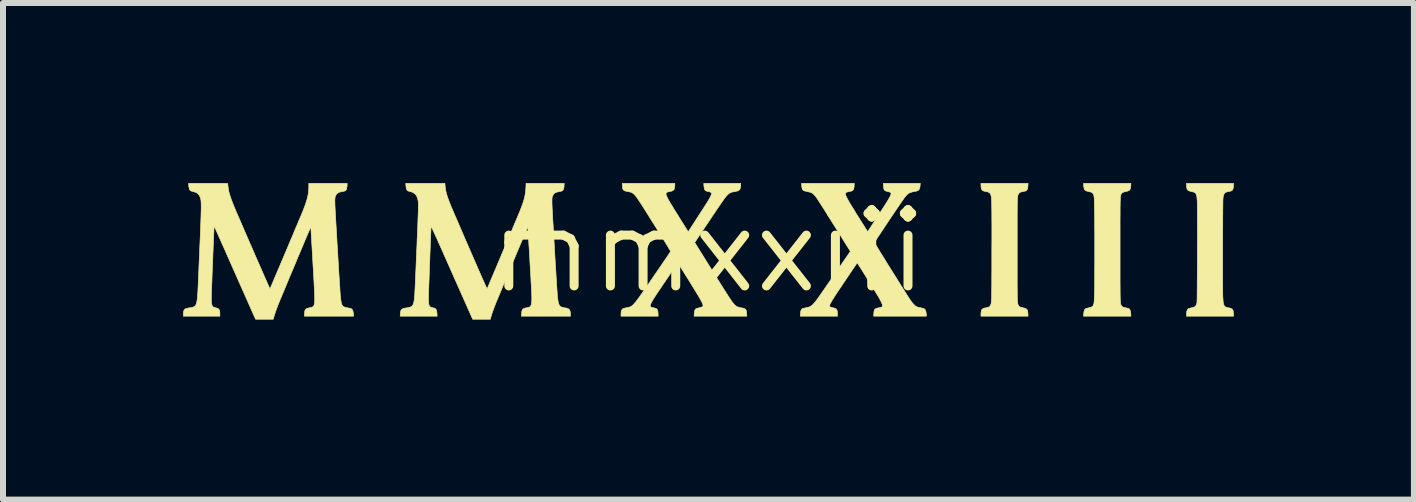
<source format=kicad_pcb>
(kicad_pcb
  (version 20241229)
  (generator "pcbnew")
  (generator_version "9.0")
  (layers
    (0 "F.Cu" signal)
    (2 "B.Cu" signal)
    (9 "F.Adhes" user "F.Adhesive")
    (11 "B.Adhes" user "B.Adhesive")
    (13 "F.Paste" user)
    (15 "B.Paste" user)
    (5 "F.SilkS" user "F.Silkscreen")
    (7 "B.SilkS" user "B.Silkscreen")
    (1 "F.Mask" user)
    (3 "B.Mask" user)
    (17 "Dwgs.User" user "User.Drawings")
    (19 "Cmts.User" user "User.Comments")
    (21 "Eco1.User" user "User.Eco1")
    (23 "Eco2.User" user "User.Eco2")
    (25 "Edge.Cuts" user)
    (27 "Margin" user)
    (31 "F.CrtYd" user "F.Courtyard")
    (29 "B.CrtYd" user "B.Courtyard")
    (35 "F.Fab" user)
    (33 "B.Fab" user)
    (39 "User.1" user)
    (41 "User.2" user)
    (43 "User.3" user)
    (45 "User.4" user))
  (footprint "mmxxiii"
    (layer "F.Cu")
    (at 8.755 1.135)
    (property "Reference" "mmxxiii" (at 0 0 0) (layer "F.SilkS") (effects (font (size 1.27 1.27) (thickness 0.15))))
    (attr through_hole)
    (fp_poly (pts (xy 8.75 -1.087) (xy 8.747 -1.058) (xy 8.742 -1.036) (xy 8.734 -1.02) (xy 8.721 -1.008) (xy 8.703 -1) (xy 8.678 -0.995) (xy 8.677 -0.995) (xy 8.648 -0.989) (xy 8.625 -0.982) (xy 8.609 -0.972) (xy 8.597 -0.959) (xy 8.588 -0.941) (xy 8.581 -0.917) (xy 8.576 -0.887) (xy 8.576 -0.878) (xy 8.575 -0.862) (xy 8.574 -0.838) (xy 8.574 -0.807) (xy 8.573 -0.77) (xy 8.573 -0.727) (xy 8.572 -0.678) (xy 8.572 -0.625) (xy 8.571 -0.567) (xy 8.571 -0.506) (xy 8.571 -0.441) (xy 8.57 -0.374) (xy 8.57 -0.304) (xy 8.57 -0.233) (xy 8.569 -0.16) (xy 8.569 -0.087) (xy 8.569 -0.013) (xy 8.569 0.06) (xy 8.569 0.132) (xy 8.569 0.203) (xy 8.569 0.272) (xy 8.569 0.338) (xy 8.569 0.402) (xy 8.569 0.462) (xy 8.569 0.518) (xy 8.57 0.57) (xy 8.57 0.617) (xy 8.57 0.658) (xy 8.571 0.693) (xy 8.571 0.721) (xy 8.572 0.743) (xy 8.572 0.751) (xy 8.575 0.795) (xy 8.577 0.832) (xy 8.581 0.861) (xy 8.586 0.885) (xy 8.593 0.903) (xy 8.602 0.917) (xy 8.613 0.927) (xy 8.628 0.934) (xy 8.645 0.94) (xy 8.667 0.944) (xy 8.668 0.944) (xy 8.696 0.95) (xy 8.716 0.958) (xy 8.731 0.968) (xy 8.741 0.984) (xy 8.746 1.004) (xy 8.749 1.032) (xy 8.75 1.04) (xy 8.751 1.084) (xy 7.966 1.084) (xy 7.968 1.042) (xy 7.971 1.012) (xy 7.976 0.99) (xy 7.984 0.973) (xy 7.996 0.961) (xy 7.997 0.96) (xy 8.005 0.956) (xy 8.02 0.952) (xy 8.038 0.947) (xy 8.049 0.945) (xy 8.068 0.94) (xy 8.086 0.935) (xy 8.099 0.93) (xy 8.104 0.928) (xy 8.117 0.916) (xy 8.129 0.897) (xy 8.138 0.872) (xy 8.141 0.857) (xy 8.142 0.85) (xy 8.142 0.835) (xy 8.143 0.812) (xy 8.144 0.782) (xy 8.144 0.746) (xy 8.145 0.704) (xy 8.145 0.657) (xy 8.146 0.604) (xy 8.146 0.547) (xy 8.146 0.487) (xy 8.147 0.422) (xy 8.147 0.355) (xy 8.147 0.285) (xy 8.148 0.214) (xy 8.148 0.141) (xy 8.148 0.067) (xy 8.148 -0.008) (xy 8.148 -0.082) (xy 8.149 -0.156) (xy 8.149 -0.228) (xy 8.149 -0.299) (xy 8.149 -0.368) (xy 8.149 -0.435) (xy 8.148 -0.498) (xy 8.148 -0.558) (xy 8.148 -0.613) (xy 8.148 -0.664) (xy 8.148 -0.71) (xy 8.147 -0.751) (xy 8.147 -0.785) (xy 8.146 -0.813) (xy 8.146 -0.833) (xy 8.145 -0.846) (xy 8.145 -0.847) (xy 8.142 -0.884) (xy 8.138 -0.913) (xy 8.132 -0.936) (xy 8.125 -0.954) (xy 8.116 -0.967) (xy 8.104 -0.977) (xy 8.098 -0.98) (xy 8.089 -0.983) (xy 8.075 -0.987) (xy 8.057 -0.991) (xy 8.052 -0.992) (xy 8.024 -0.999) (xy 8.003 -1.007) (xy 7.988 -1.017) (xy 7.978 -1.032) (xy 7.972 -1.052) (xy 7.969 -1.078) (xy 7.968 -1.089) (xy 7.966 -1.13) (xy 8.751 -1.13) (xy 8.75 -1.087)) (stroke (width 0.01) (type solid)) (fill yes) (layer "F.SilkS"))
    (fp_poly (pts (xy 7.039 -1.09) (xy 7.036 -1.062) (xy 7.031 -1.04) (xy 7.024 -1.024) (xy 7.012 -1.012) (xy 6.995 -1.004) (xy 6.971 -0.996) (xy 6.956 -0.993) (xy 6.931 -0.987) (xy 6.913 -0.981) (xy 6.9 -0.975) (xy 6.891 -0.968) (xy 6.884 -0.959) (xy 6.88 -0.951) (xy 6.877 -0.946) (xy 6.875 -0.942) (xy 6.873 -0.937) (xy 6.872 -0.932) (xy 6.87 -0.926) (xy 6.869 -0.919) (xy 6.867 -0.91) (xy 6.866 -0.899) (xy 6.865 -0.886) (xy 6.864 -0.87) (xy 6.864 -0.851) (xy 6.863 -0.829) (xy 6.862 -0.803) (xy 6.862 -0.773) (xy 6.861 -0.739) (xy 6.861 -0.7) (xy 6.861 -0.656) (xy 6.861 -0.606) (xy 6.86 -0.55) (xy 6.86 -0.489) (xy 6.86 -0.42) (xy 6.86 -0.345) (xy 6.86 -0.263) (xy 6.86 -0.173) (xy 6.86 -0.075) (xy 6.86 0.077) (xy 6.86 0.171) (xy 6.86 0.257) (xy 6.86 0.336) (xy 6.86 0.408) (xy 6.86 0.473) (xy 6.86 0.532) (xy 6.861 0.585) (xy 6.861 0.632) (xy 6.861 0.674) (xy 6.862 0.711) (xy 6.862 0.743) (xy 6.863 0.771) (xy 6.863 0.795) (xy 6.864 0.816) (xy 6.865 0.833) (xy 6.866 0.847) (xy 6.867 0.859) (xy 6.868 0.869) (xy 6.87 0.877) (xy 6.871 0.883) (xy 6.873 0.888) (xy 6.875 0.893) (xy 6.877 0.897) (xy 6.879 0.901) (xy 6.88 0.903) (xy 6.889 0.916) (xy 6.898 0.925) (xy 6.91 0.932) (xy 6.928 0.938) (xy 6.951 0.944) (xy 6.955 0.944) (xy 6.975 0.949) (xy 6.993 0.954) (xy 7.006 0.959) (xy 7.011 0.961) (xy 7.023 0.974) (xy 7.031 0.995) (xy 7.037 1.023) (xy 7.039 1.045) (xy 7.041 1.084) (xy 6.251 1.084) (xy 6.254 1.043) (xy 6.258 1.012) (xy 6.264 0.988) (xy 6.273 0.97) (xy 6.285 0.96) (xy 6.286 0.959) (xy 6.296 0.955) (xy 6.311 0.951) (xy 6.33 0.946) (xy 6.34 0.944) (xy 6.368 0.937) (xy 6.388 0.929) (xy 6.403 0.919) (xy 6.413 0.905) (xy 6.42 0.886) (xy 6.424 0.87) (xy 6.426 0.858) (xy 6.428 0.839) (xy 6.43 0.814) (xy 6.431 0.781) (xy 6.432 0.741) (xy 6.434 0.694) (xy 6.435 0.64) (xy 6.436 0.578) (xy 6.436 0.509) (xy 6.437 0.432) (xy 6.437 0.346) (xy 6.438 0.253) (xy 6.438 0.152) (xy 6.438 0.042) (xy 6.438 -0.025) (xy 6.438 -0.133) (xy 6.438 -0.234) (xy 6.438 -0.329) (xy 6.437 -0.417) (xy 6.437 -0.499) (xy 6.436 -0.574) (xy 6.435 -0.642) (xy 6.434 -0.704) (xy 6.433 -0.757) (xy 6.432 -0.804) (xy 6.431 -0.842) (xy 6.43 -0.873) (xy 6.428 -0.896) (xy 6.427 -0.91) (xy 6.426 -0.913) (xy 6.42 -0.938) (xy 6.411 -0.957) (xy 6.398 -0.971) (xy 6.38 -0.982) (xy 6.355 -0.989) (xy 6.336 -0.993) (xy 6.309 -1) (xy 6.289 -1.007) (xy 6.275 -1.017) (xy 6.268 -1.025) (xy 6.263 -1.036) (xy 6.259 -1.053) (xy 6.256 -1.073) (xy 6.253 -1.094) (xy 6.253 -1.11) (xy 6.253 -1.13) (xy 7.041 -1.13) (xy 7.039 -1.09)) (stroke (width 0.01) (type solid)) (fill yes) (layer "F.SilkS"))
    (fp_poly (pts (xy 5.325 -1.089) (xy 5.322 -1.06) (xy 5.317 -1.037) (xy 5.309 -1.021) (xy 5.298 -1.01) (xy 5.295 -1.007) (xy 5.285 -1.003) (xy 5.27 -0.999) (xy 5.251 -0.994) (xy 5.243 -0.993) (xy 5.216 -0.987) (xy 5.196 -0.98) (xy 5.182 -0.971) (xy 5.171 -0.958) (xy 5.166 -0.948) (xy 5.163 -0.944) (xy 5.161 -0.939) (xy 5.159 -0.934) (xy 5.158 -0.929) (xy 5.156 -0.922) (xy 5.154 -0.915) (xy 5.153 -0.905) (xy 5.152 -0.894) (xy 5.151 -0.88) (xy 5.15 -0.864) (xy 5.149 -0.844) (xy 5.148 -0.821) (xy 5.148 -0.795) (xy 5.147 -0.764) (xy 5.147 -0.728) (xy 5.147 -0.688) (xy 5.146 -0.643) (xy 5.146 -0.592) (xy 5.146 -0.535) (xy 5.146 -0.472) (xy 5.146 -0.402) (xy 5.146 -0.325) (xy 5.146 -0.241) (xy 5.146 -0.15) (xy 5.146 -0.05) (xy 5.146 -0.025) (xy 5.146 0.077) (xy 5.146 0.17) (xy 5.146 0.257) (xy 5.146 0.335) (xy 5.146 0.407) (xy 5.146 0.472) (xy 5.146 0.53) (xy 5.146 0.583) (xy 5.147 0.63) (xy 5.147 0.672) (xy 5.147 0.708) (xy 5.148 0.74) (xy 5.148 0.768) (xy 5.149 0.792) (xy 5.15 0.813) (xy 5.151 0.83) (xy 5.152 0.845) (xy 5.153 0.857) (xy 5.154 0.867) (xy 5.156 0.875) (xy 5.157 0.882) (xy 5.159 0.887) (xy 5.161 0.892) (xy 5.163 0.897) (xy 5.166 0.901) (xy 5.166 0.903) (xy 5.174 0.915) (xy 5.184 0.925) (xy 5.198 0.932) (xy 5.218 0.938) (xy 5.244 0.944) (xy 5.271 0.951) (xy 5.292 0.959) (xy 5.306 0.97) (xy 5.316 0.984) (xy 5.321 1.004) (xy 5.324 1.031) (xy 5.325 1.04) (xy 5.327 1.084) (xy 4.542 1.084) (xy 4.542 1.049) (xy 4.544 1.019) (xy 4.548 0.997) (xy 4.554 0.979) (xy 4.563 0.968) (xy 4.571 0.961) (xy 4.582 0.955) (xy 4.596 0.95) (xy 4.616 0.946) (xy 4.627 0.944) (xy 4.653 0.938) (xy 4.672 0.932) (xy 4.686 0.923) (xy 4.696 0.911) (xy 4.701 0.901) (xy 4.704 0.895) (xy 4.706 0.89) (xy 4.708 0.885) (xy 4.71 0.878) (xy 4.711 0.871) (xy 4.713 0.863) (xy 4.714 0.853) (xy 4.715 0.84) (xy 4.717 0.826) (xy 4.718 0.808) (xy 4.718 0.787) (xy 4.719 0.763) (xy 4.72 0.734) (xy 4.72 0.702) (xy 4.721 0.664) (xy 4.721 0.622) (xy 4.722 0.574) (xy 4.722 0.52) (xy 4.722 0.46) (xy 4.722 0.394) (xy 4.723 0.321) (xy 4.723 0.24) (xy 4.723 0.152) (xy 4.723 0.055) (xy 4.723 0.04) (xy 4.723 -0.065) (xy 4.724 -0.162) (xy 4.724 -0.251) (xy 4.724 -0.333) (xy 4.724 -0.408) (xy 4.724 -0.475) (xy 4.723 -0.537) (xy 4.723 -0.593) (xy 4.723 -0.642) (xy 4.722 -0.687) (xy 4.722 -0.726) (xy 4.721 -0.761) (xy 4.721 -0.792) (xy 4.72 -0.818) (xy 4.719 -0.841) (xy 4.718 -0.861) (xy 4.717 -0.877) (xy 4.715 -0.892) (xy 4.714 -0.903) (xy 4.712 -0.913) (xy 4.711 -0.922) (xy 4.71 -0.924) (xy 4.704 -0.945) (xy 4.695 -0.962) (xy 4.682 -0.974) (xy 4.665 -0.983) (xy 4.642 -0.989) (xy 4.625 -0.993) (xy 4.597 -0.999) (xy 4.576 -1.006) (xy 4.562 -1.017) (xy 4.552 -1.031) (xy 4.546 -1.05) (xy 4.544 -1.076) (xy 4.543 -1.087) (xy 4.541 -1.13) (xy 5.327 -1.13) (xy 5.325 -1.089)) (stroke (width 0.01) (type solid)) (fill yes) (layer "F.SilkS"))
    (fp_poly (pts (xy 2.429 -1.089) (xy 2.426 -1.059) (xy 2.421 -1.037) (xy 2.413 -1.021) (xy 2.402 -1.009) (xy 2.399 -1.008) (xy 2.39 -1.003) (xy 2.374 -0.999) (xy 2.356 -0.994) (xy 2.349 -0.993) (xy 2.323 -0.988) (xy 2.305 -0.982) (xy 2.293 -0.976) (xy 2.286 -0.969) (xy 2.284 -0.964) (xy 2.284 -0.952) (xy 2.287 -0.936) (xy 2.295 -0.915) (xy 2.307 -0.889) (xy 2.324 -0.858) (xy 2.345 -0.82) (xy 2.356 -0.801) (xy 2.37 -0.778) (xy 2.386 -0.752) (xy 2.405 -0.721) (xy 2.425 -0.689) (xy 2.447 -0.654) (xy 2.469 -0.617) (xy 2.492 -0.58) (xy 2.516 -0.543) (xy 2.538 -0.507) (xy 2.56 -0.472) (xy 2.581 -0.44) (xy 2.6 -0.41) (xy 2.617 -0.383) (xy 2.631 -0.361) (xy 2.642 -0.344) (xy 2.65 -0.332) (xy 2.654 -0.327) (xy 2.655 -0.327) (xy 2.658 -0.331) (xy 2.665 -0.341) (xy 2.675 -0.356) (xy 2.689 -0.376) (xy 2.705 -0.401) (xy 2.722 -0.428) (xy 2.741 -0.457) (xy 2.765 -0.493) (xy 2.79 -0.532) (xy 2.816 -0.573) (xy 2.842 -0.613) (xy 2.866 -0.65) (xy 2.887 -0.683) (xy 2.893 -0.692) (xy 2.926 -0.742) (xy 2.953 -0.786) (xy 2.977 -0.823) (xy 2.996 -0.855) (xy 3.012 -0.882) (xy 3.024 -0.905) (xy 3.033 -0.923) (xy 3.039 -0.939) (xy 3.043 -0.951) (xy 3.044 -0.96) (xy 3.043 -0.968) (xy 3.04 -0.972) (xy 3.033 -0.979) (xy 3.018 -0.985) (xy 2.998 -0.991) (xy 2.982 -0.995) (xy 2.96 -1.001) (xy 2.944 -1.008) (xy 2.932 -1.019) (xy 2.924 -1.035) (xy 2.92 -1.056) (xy 2.918 -1.084) (xy 2.918 -1.087) (xy 2.916 -1.13) (xy 3.531 -1.13) (xy 3.528 -1.093) (xy 3.524 -1.061) (xy 3.515 -1.035) (xy 3.503 -1.017) (xy 3.497 -1.011) (xy 3.488 -1.007) (xy 3.472 -1.002) (xy 3.45 -0.997) (xy 3.43 -0.993) (xy 3.397 -0.986) (xy 3.37 -0.978) (xy 3.348 -0.969) (xy 3.327 -0.956) (xy 3.308 -0.939) (xy 3.288 -0.916) (xy 3.266 -0.889) (xy 3.259 -0.879) (xy 3.248 -0.863) (xy 3.233 -0.841) (xy 3.214 -0.815) (xy 3.193 -0.784) (xy 3.17 -0.75) (xy 3.145 -0.713) (xy 3.118 -0.673) (xy 3.089 -0.631) (xy 3.06 -0.587) (xy 3.03 -0.543) (xy 3 -0.498) (xy 2.971 -0.454) (xy 2.942 -0.411) (xy 2.914 -0.368) (xy 2.887 -0.328) (xy 2.862 -0.29) (xy 2.839 -0.256) (xy 2.818 -0.225) (xy 2.801 -0.198) (xy 2.787 -0.176) (xy 2.776 -0.159) (xy 2.769 -0.148) (xy 2.767 -0.144) (xy 2.769 -0.139) (xy 2.775 -0.128) (xy 2.786 -0.111) (xy 2.8 -0.088) (xy 2.817 -0.06) (xy 2.837 -0.027) (xy 2.859 0.01) (xy 2.884 0.05) (xy 2.911 0.093) (xy 2.94 0.139) (xy 2.969 0.188) (xy 3 0.237) (xy 3.032 0.288) (xy 3.064 0.339) (xy 3.096 0.39) (xy 3.128 0.441) (xy 3.159 0.491) (xy 3.189 0.539) (xy 3.218 0.586) (xy 3.246 0.629) (xy 3.272 0.67) (xy 3.295 0.707) (xy 3.316 0.741) (xy 3.335 0.769) (xy 3.35 0.793) (xy 3.362 0.811) (xy 3.369 0.821) (xy 3.394 0.855) (xy 3.418 0.883) (xy 3.44 0.905) (xy 3.461 0.921) (xy 3.472 0.927) (xy 3.486 0.932) (xy 3.505 0.937) (xy 3.526 0.942) (xy 3.538 0.944) (xy 3.558 0.949) (xy 3.576 0.953) (xy 3.59 0.958) (xy 3.596 0.96) (xy 3.61 0.972) (xy 3.62 0.992) (xy 3.627 1.019) (xy 3.631 1.045) (xy 3.633 1.084) (xy 3.194 1.084) (xy 2.754 1.084) (xy 2.756 1.04) (xy 2.759 1.011) (xy 2.764 0.988) (xy 2.771 0.972) (xy 2.781 0.962) (xy 2.786 0.959) (xy 2.795 0.955) (xy 2.811 0.951) (xy 2.829 0.946) (xy 2.839 0.944) (xy 2.858 0.94) (xy 2.875 0.935) (xy 2.887 0.931) (xy 2.891 0.929) (xy 2.897 0.924) (xy 2.899 0.917) (xy 2.899 0.906) (xy 2.899 0.902) (xy 2.895 0.883) (xy 2.885 0.858) (xy 2.871 0.828) (xy 2.852 0.792) (xy 2.837 0.766) (xy 2.828 0.752) (xy 2.816 0.732) (xy 2.801 0.707) (xy 2.783 0.678) (xy 2.763 0.646) (xy 2.741 0.611) (xy 2.718 0.574) (xy 2.694 0.535) (xy 2.67 0.496) (xy 2.645 0.456) (xy 2.621 0.417) (xy 2.597 0.379) (xy 2.575 0.343) (xy 2.554 0.309) (xy 2.534 0.279) (xy 2.517 0.252) (xy 2.503 0.229) (xy 2.492 0.212) (xy 2.485 0.2) (xy 2.481 0.195) (xy 2.481 0.195) (xy 2.48 0.196) (xy 2.477 0.2) (xy 2.472 0.206) (xy 2.465 0.216) (xy 2.456 0.229) (xy 2.445 0.246) (xy 2.431 0.267) (xy 2.413 0.292) (xy 2.393 0.322) (xy 2.369 0.357) (xy 2.342 0.398) (xy 2.311 0.444) (xy 2.276 0.496) (xy 2.236 0.555) (xy 2.193 0.62) (xy 2.181 0.637) (xy 2.146 0.689) (xy 2.116 0.735) (xy 2.091 0.775) (xy 2.069 0.808) (xy 2.052 0.837) (xy 2.039 0.861) (xy 2.029 0.88) (xy 2.023 0.895) (xy 2.02 0.906) (xy 2.019 0.91) (xy 2.021 0.919) (xy 2.027 0.927) (xy 2.037 0.933) (xy 2.055 0.939) (xy 2.076 0.944) (xy 2.094 0.948) (xy 2.11 0.953) (xy 2.121 0.958) (xy 2.124 0.959) (xy 2.136 0.97) (xy 2.144 0.988) (xy 2.149 1.011) (xy 2.15 1.042) (xy 2.15 1.042) (xy 2.151 1.084) (xy 1.531 1.084) (xy 1.534 1.042) (xy 1.537 1.011) (xy 1.543 0.988) (xy 1.552 0.971) (xy 1.564 0.96) (xy 1.566 0.959) (xy 1.576 0.955) (xy 1.591 0.951) (xy 1.61 0.947) (xy 1.626 0.944) (xy 1.656 0.937) (xy 1.682 0.929) (xy 1.704 0.919) (xy 1.725 0.904) (xy 1.745 0.885) (xy 1.767 0.86) (xy 1.782 0.843) (xy 1.788 0.834) (xy 1.795 0.825) (xy 1.803 0.816) (xy 1.811 0.804) (xy 1.82 0.792) (xy 1.831 0.777) (xy 1.843 0.759) (xy 1.858 0.739) (xy 1.874 0.715) (xy 1.893 0.688) (xy 1.915 0.657) (xy 1.94 0.621) (xy 1.968 0.58) (xy 2 0.534) (xy 2.036 0.482) (xy 2.075 0.425) (xy 2.12 0.361) (xy 2.133 0.341) (xy 2.366 0.004) (xy 2.132 -0.37) (xy 2.087 -0.442) (xy 2.046 -0.507) (xy 2.009 -0.566) (xy 1.976 -0.619) (xy 1.946 -0.666) (xy 1.92 -0.708) (xy 1.896 -0.745) (xy 1.876 -0.777) (xy 1.858 -0.805) (xy 1.842 -0.829) (xy 1.829 -0.85) (xy 1.817 -0.868) (xy 1.807 -0.882) (xy 1.798 -0.895) (xy 1.791 -0.905) (xy 1.784 -0.914) (xy 1.778 -0.921) (xy 1.772 -0.927) (xy 1.767 -0.933) (xy 1.761 -0.939) (xy 1.756 -0.945) (xy 1.741 -0.957) (xy 1.727 -0.968) (xy 1.711 -0.976) (xy 1.691 -0.982) (xy 1.666 -0.989) (xy 1.645 -0.993) (xy 1.624 -0.998) (xy 1.606 -1.003) (xy 1.591 -1.007) (xy 1.583 -1.011) (xy 1.572 -1.023) (xy 1.563 -1.039) (xy 1.558 -1.061) (xy 1.555 -1.09) (xy 1.552 -1.13) (xy 2.431 -1.13) (xy 2.429 -1.089)) (stroke (width 0.01) (type solid)) (fill yes) (layer "F.SilkS"))
    (fp_poly (pts (xy -0.559 -1.11) (xy -0.56 -1.09) (xy -0.562 -1.069) (xy -0.566 -1.05) (xy -0.57 -1.034) (xy -0.574 -1.025) (xy -0.588 -1.012) (xy -0.609 -1.001) (xy -0.634 -0.995) (xy -0.661 -0.99) (xy -0.68 -0.984) (xy -0.693 -0.979) (xy -0.7 -0.974) (xy -0.705 -0.966) (xy -0.706 -0.953) (xy -0.703 -0.936) (xy -0.694 -0.913) (xy -0.681 -0.885) (xy -0.664 -0.852) (xy -0.641 -0.812) (xy -0.638 -0.806) (xy -0.63 -0.793) (xy -0.618 -0.775) (xy -0.604 -0.752) (xy -0.587 -0.725) (xy -0.569 -0.694) (xy -0.548 -0.661) (xy -0.527 -0.627) (xy -0.504 -0.591) (xy -0.482 -0.554) (xy -0.459 -0.518) (xy -0.437 -0.483) (xy -0.416 -0.45) (xy -0.397 -0.419) (xy -0.38 -0.391) (xy -0.364 -0.367) (xy -0.352 -0.347) (xy -0.343 -0.333) (xy -0.338 -0.325) (xy -0.336 -0.323) (xy -0.333 -0.327) (xy -0.326 -0.338) (xy -0.316 -0.354) (xy -0.302 -0.375) (xy -0.286 -0.401) (xy -0.267 -0.43) (xy -0.246 -0.462) (xy -0.224 -0.496) (xy -0.201 -0.532) (xy -0.177 -0.569) (xy -0.153 -0.606) (xy -0.13 -0.642) (xy -0.107 -0.677) (xy -0.086 -0.71) (xy -0.066 -0.741) (xy -0.049 -0.768) (xy -0.034 -0.791) (xy -0.022 -0.809) (xy -0.014 -0.822) (xy -0.01 -0.828) (xy 0.002 -0.848) (xy 0.014 -0.87) (xy 0.025 -0.889) (xy 0.031 -0.9) (xy 0.043 -0.926) (xy 0.051 -0.946) (xy 0.053 -0.961) (xy 0.05 -0.972) (xy 0.04 -0.98) (xy 0.024 -0.987) (xy 0.001 -0.992) (xy -0.003 -0.993) (xy -0.02 -0.997) (xy -0.035 -1.002) (xy -0.045 -1.006) (xy -0.046 -1.006) (xy -0.058 -1.018) (xy -0.066 -1.039) (xy -0.072 -1.067) (xy -0.075 -1.089) (xy -0.077 -1.13) (xy 0.539 -1.13) (xy 0.537 -1.09) (xy 0.534 -1.062) (xy 0.529 -1.041) (xy 0.52 -1.024) (xy 0.506 -1.012) (xy 0.487 -1.003) (xy 0.461 -0.997) (xy 0.442 -0.993) (xy 0.41 -0.987) (xy 0.385 -0.981) (xy 0.365 -0.973) (xy 0.348 -0.963) (xy 0.331 -0.95) (xy 0.324 -0.944) (xy 0.317 -0.937) (xy 0.31 -0.929) (xy 0.302 -0.92) (xy 0.293 -0.91) (xy 0.283 -0.898) (xy 0.272 -0.883) (xy 0.259 -0.866) (xy 0.245 -0.845) (xy 0.228 -0.821) (xy 0.208 -0.793) (xy 0.186 -0.76) (xy 0.16 -0.722) (xy 0.131 -0.68) (xy 0.099 -0.631) (xy 0.062 -0.577) (xy 0.022 -0.516) (xy -0.002 -0.481) (xy -0.228 -0.144) (xy 0.037 0.281) (xy 0.085 0.357) (xy 0.128 0.427) (xy 0.168 0.49) (xy 0.203 0.547) (xy 0.236 0.598) (xy 0.264 0.644) (xy 0.29 0.684) (xy 0.313 0.72) (xy 0.333 0.751) (xy 0.351 0.779) (xy 0.367 0.802) (xy 0.38 0.822) (xy 0.392 0.839) (xy 0.403 0.854) (xy 0.412 0.866) (xy 0.42 0.875) (xy 0.427 0.884) (xy 0.433 0.891) (xy 0.434 0.892) (xy 0.45 0.907) (xy 0.465 0.918) (xy 0.481 0.927) (xy 0.5 0.934) (xy 0.524 0.94) (xy 0.546 0.944) (xy 0.567 0.948) (xy 0.586 0.953) (xy 0.601 0.958) (xy 0.608 0.961) (xy 0.62 0.972) (xy 0.629 0.986) (xy 0.635 1.005) (xy 0.638 1.03) (xy 0.638 1.042) (xy 0.64 1.084) (xy -0.238 1.084) (xy -0.236 1.042) (xy -0.233 1.012) (xy -0.228 0.99) (xy -0.22 0.974) (xy -0.21 0.962) (xy -0.207 0.96) (xy -0.199 0.956) (xy -0.184 0.952) (xy -0.166 0.947) (xy -0.155 0.944) (xy -0.136 0.94) (xy -0.119 0.935) (xy -0.106 0.93) (xy -0.102 0.928) (xy -0.097 0.924) (xy -0.093 0.919) (xy -0.091 0.914) (xy -0.089 0.907) (xy -0.09 0.899) (xy -0.093 0.888) (xy -0.097 0.875) (xy -0.104 0.86) (xy -0.114 0.84) (xy -0.126 0.818) (xy -0.141 0.791) (xy -0.159 0.759) (xy -0.181 0.723) (xy -0.206 0.682) (xy -0.235 0.634) (xy -0.268 0.581) (xy -0.305 0.521) (xy -0.331 0.478) (xy -0.359 0.435) (xy -0.385 0.393) (xy -0.409 0.354) (xy -0.431 0.318) (xy -0.452 0.285) (xy -0.469 0.257) (xy -0.484 0.234) (xy -0.495 0.217) (xy -0.502 0.205) (xy -0.506 0.2) (xy -0.506 0.2) (xy -0.508 0.2) (xy -0.512 0.203) (xy -0.518 0.209) (xy -0.526 0.22) (xy -0.537 0.236) (xy -0.552 0.256) (xy -0.57 0.282) (xy -0.592 0.315) (xy -0.616 0.35) (xy -0.642 0.388) (xy -0.67 0.43) (xy -0.698 0.472) (xy -0.727 0.514) (xy -0.754 0.553) (xy -0.778 0.59) (xy -0.799 0.62) (xy -0.8 0.622) (xy -0.836 0.674) (xy -0.866 0.72) (xy -0.892 0.76) (xy -0.914 0.794) (xy -0.932 0.823) (xy -0.946 0.848) (xy -0.956 0.869) (xy -0.964 0.885) (xy -0.968 0.899) (xy -0.969 0.91) (xy -0.968 0.918) (xy -0.965 0.925) (xy -0.962 0.929) (xy -0.954 0.933) (xy -0.941 0.937) (xy -0.924 0.942) (xy -0.914 0.944) (xy -0.896 0.948) (xy -0.88 0.953) (xy -0.869 0.957) (xy -0.866 0.959) (xy -0.855 0.969) (xy -0.848 0.984) (xy -0.842 1.006) (xy -0.839 1.035) (xy -0.839 1.04) (xy -0.837 1.084) (xy -1.456 1.084) (xy -1.456 1.049) (xy -1.455 1.021) (xy -1.452 0.999) (xy -1.445 0.982) (xy -1.435 0.969) (xy -1.434 0.967) (xy -1.427 0.961) (xy -1.42 0.957) (xy -1.41 0.953) (xy -1.395 0.949) (xy -1.375 0.945) (xy -1.369 0.944) (xy -1.348 0.94) (xy -1.328 0.935) (xy -1.311 0.931) (xy -1.302 0.927) (xy -1.284 0.918) (xy -1.266 0.905) (xy -1.247 0.886) (xy -1.226 0.863) (xy -1.202 0.834) (xy -1.175 0.798) (xy -1.157 0.774) (xy -1.142 0.753) (xy -1.124 0.727) (xy -1.103 0.697) (xy -1.079 0.663) (xy -1.053 0.625) (xy -1.026 0.585) (xy -0.996 0.543) (xy -0.966 0.499) (xy -0.935 0.454) (xy -0.904 0.408) (xy -0.872 0.362) (xy -0.841 0.317) (xy -0.811 0.273) (xy -0.781 0.23) (xy -0.754 0.189) (xy -0.728 0.151) (xy -0.704 0.117) (xy -0.683 0.085) (xy -0.665 0.059) (xy -0.65 0.036) (xy -0.639 0.02) (xy -0.632 0.009) (xy -0.629 0.004) (xy -0.629 0.004) (xy -0.631 -0.000294) (xy -0.638 -0.011) (xy -0.648 -0.028) (xy -0.662 -0.051) (xy -0.678 -0.079) (xy -0.698 -0.111) (xy -0.72 -0.147) (xy -0.744 -0.186) (xy -0.77 -0.228) (xy -0.798 -0.272) (xy -0.827 -0.318) (xy -0.856 -0.366) (xy -0.886 -0.413) (xy -0.916 -0.461) (xy -0.946 -0.509) (xy -0.975 -0.555) (xy -1.003 -0.6) (xy -1.03 -0.643) (xy -1.055 -0.683) (xy -1.079 -0.72) (xy -1.1 -0.753) (xy -1.118 -0.782) (xy -1.134 -0.806) (xy -1.145 -0.823) (xy -1.171 -0.861) (xy -1.192 -0.893) (xy -1.212 -0.918) (xy -1.23 -0.939) (xy -1.246 -0.955) (xy -1.263 -0.967) (xy -1.281 -0.977) (xy -1.301 -0.984) (xy -1.323 -0.989) (xy -1.349 -0.994) (xy -1.355 -0.995) (xy -1.383 -1.001) (xy -1.404 -1.01) (xy -1.419 -1.023) (xy -1.428 -1.04) (xy -1.433 -1.063) (xy -1.435 -1.094) (xy -1.435 -1.095) (xy -1.435 -1.13) (xy -0.559 -1.13) (xy -0.559 -1.11)) (stroke (width 0.01) (type solid)) (fill yes) (layer "F.SilkS"))
    (fp_poly (pts (xy -8.275 -1.13) (xy -8.223 -1.13) (xy -8.178 -1.13) (xy -8.139 -1.13) (xy -8.107 -1.13) (xy -8.081 -1.13) (xy -8.06 -1.129) (xy -8.043 -1.129) (xy -8.031 -1.128) (xy -8.022 -1.128) (xy -8.016 -1.127) (xy -8.012 -1.126) (xy -8.01 -1.125) (xy -8.009 -1.123) (xy -8.009 -1.123) (xy -8.009 -1.111) (xy -8.007 -1.092) (xy -8.004 -1.07) (xy -8.001 -1.047) (xy -7.997 -1.024) (xy -7.994 -1.004) (xy -7.991 -0.99) (xy -7.991 -0.99) (xy -7.981 -0.954) (xy -7.968 -0.912) (xy -7.951 -0.862) (xy -7.93 -0.808) (xy -7.906 -0.747) (xy -7.879 -0.682) (xy -7.867 -0.654) (xy -7.823 -0.553) (xy -7.78 -0.454) (xy -7.739 -0.358) (xy -7.698 -0.264) (xy -7.659 -0.174) (xy -7.621 -0.087) (xy -7.584 -0.004) (xy -7.55 0.076) (xy -7.517 0.151) (xy -7.486 0.222) (xy -7.457 0.288) (xy -7.43 0.349) (xy -7.406 0.405) (xy -7.384 0.455) (xy -7.364 0.499) (xy -7.347 0.538) (xy -7.333 0.57) (xy -7.322 0.595) (xy -7.313 0.613) (xy -7.308 0.624) (xy -7.306 0.627) (xy -7.306 0.627) (xy -7.304 0.623) (xy -7.299 0.612) (xy -7.291 0.593) (xy -7.28 0.569) (xy -7.267 0.538) (xy -7.252 0.503) (xy -7.235 0.462) (xy -7.216 0.417) (xy -7.195 0.368) (xy -7.173 0.316) (xy -7.149 0.261) (xy -7.125 0.203) (xy -7.1 0.144) (xy -7.074 0.083) (xy -7.048 0.022) (xy -7.022 -0.04) (xy -6.996 -0.102) (xy -6.97 -0.164) (xy -6.944 -0.224) (xy -6.919 -0.283) (xy -6.896 -0.34) (xy -6.873 -0.394) (xy -6.851 -0.445) (xy -6.831 -0.493) (xy -6.813 -0.536) (xy -6.796 -0.575) (xy -6.782 -0.609) (xy -6.77 -0.638) (xy -6.761 -0.66) (xy -6.754 -0.676) (xy -6.752 -0.682) (xy -6.727 -0.746) (xy -6.707 -0.805) (xy -6.69 -0.86) (xy -6.677 -0.91) (xy -6.668 -0.959) (xy -6.662 -1.006) (xy -6.659 -1.052) (xy -6.659 -1.076) (xy -6.659 -1.13) (xy -6.02 -1.13) (xy -6.02 -1.11) (xy -6.021 -1.09) (xy -6.024 -1.068) (xy -6.028 -1.047) (xy -6.032 -1.03) (xy -6.035 -1.024) (xy -6.041 -1.014) (xy -6.05 -1.007) (xy -6.063 -1.001) (xy -6.081 -0.997) (xy -6.1 -0.993) (xy -6.133 -0.986) (xy -6.159 -0.978) (xy -6.178 -0.967) (xy -6.194 -0.953) (xy -6.206 -0.936) (xy -6.21 -0.926) (xy -6.213 -0.92) (xy -6.215 -0.914) (xy -6.218 -0.909) (xy -6.219 -0.903) (xy -6.221 -0.896) (xy -6.222 -0.888) (xy -6.223 -0.878) (xy -6.224 -0.866) (xy -6.225 -0.852) (xy -6.225 -0.836) (xy -6.224 -0.816) (xy -6.224 -0.793) (xy -6.223 -0.765) (xy -6.222 -0.734) (xy -6.22 -0.698) (xy -6.218 -0.657) (xy -6.215 -0.61) (xy -6.212 -0.558) (xy -6.209 -0.5) (xy -6.205 -0.435) (xy -6.201 -0.363) (xy -6.196 -0.284) (xy -6.191 -0.197) (xy -6.186 -0.102) (xy -6.185 -0.099) (xy -6.179 0.003) (xy -6.174 0.096) (xy -6.169 0.182) (xy -6.164 0.26) (xy -6.16 0.331) (xy -6.156 0.396) (xy -6.152 0.454) (xy -6.149 0.506) (xy -6.146 0.553) (xy -6.143 0.595) (xy -6.141 0.632) (xy -6.139 0.664) (xy -6.137 0.692) (xy -6.135 0.717) (xy -6.133 0.738) (xy -6.132 0.757) (xy -6.13 0.772) (xy -6.129 0.785) (xy -6.128 0.797) (xy -6.126 0.807) (xy -6.125 0.816) (xy -6.124 0.823) (xy -6.124 0.825) (xy -6.119 0.852) (xy -6.114 0.871) (xy -6.11 0.886) (xy -6.104 0.898) (xy -6.099 0.906) (xy -6.09 0.917) (xy -6.077 0.926) (xy -6.06 0.933) (xy -6.037 0.939) (xy -6.011 0.945) (xy -5.99 0.949) (xy -5.971 0.953) (xy -5.957 0.957) (xy -5.95 0.96) (xy -5.935 0.973) (xy -5.925 0.994) (xy -5.918 1.022) (xy -5.915 1.045) (xy -5.913 1.084) (xy -6.732 1.084) (xy -6.73 1.04) (xy -6.728 1.011) (xy -6.723 0.989) (xy -6.715 0.973) (xy -6.702 0.961) (xy -6.683 0.953) (xy -6.657 0.946) (xy -6.65 0.945) (xy -6.624 0.939) (xy -6.606 0.933) (xy -6.592 0.927) (xy -6.583 0.919) (xy -6.576 0.908) (xy -6.573 0.902) (xy -6.571 0.896) (xy -6.568 0.889) (xy -6.566 0.881) (xy -6.564 0.871) (xy -6.563 0.86) (xy -6.562 0.846) (xy -6.561 0.83) (xy -6.561 0.811) (xy -6.561 0.789) (xy -6.561 0.763) (xy -6.562 0.732) (xy -6.564 0.697) (xy -6.565 0.658) (xy -6.567 0.613) (xy -6.57 0.562) (xy -6.573 0.505) (xy -6.576 0.442) (xy -6.58 0.371) (xy -6.585 0.294) (xy -6.59 0.209) (xy -6.595 0.116) (xy -6.595 0.112) (xy -6.599 0.047) (xy -6.603 -0.015) (xy -6.606 -0.075) (xy -6.61 -0.132) (xy -6.613 -0.185) (xy -6.616 -0.233) (xy -6.618 -0.276) (xy -6.62 -0.314) (xy -6.622 -0.346) (xy -6.623 -0.372) (xy -6.625 -0.39) (xy -6.625 -0.401) (xy -6.625 -0.404) (xy -6.627 -0.401) (xy -6.632 -0.391) (xy -6.639 -0.374) (xy -6.649 -0.35) (xy -6.662 -0.321) (xy -6.677 -0.286) (xy -6.694 -0.246) (xy -6.712 -0.202) (xy -6.733 -0.154) (xy -6.754 -0.102) (xy -6.777 -0.048) (xy -6.801 0.009) (xy -6.826 0.068) (xy -6.852 0.128) (xy -6.877 0.19) (xy -6.903 0.252) (xy -6.929 0.314) (xy -6.955 0.375) (xy -6.981 0.436) (xy -7.005 0.495) (xy -7.029 0.553) (xy -7.052 0.608) (xy -7.074 0.66) (xy -7.094 0.709) (xy -7.113 0.753) (xy -7.13 0.794) (xy -7.145 0.83) (xy -7.157 0.86) (xy -7.167 0.885) (xy -7.175 0.904) (xy -7.177 0.91) (xy -7.205 0.985) (xy -7.232 1.066) (xy -7.241 1.097) (xy -7.252 1.135) (xy -7.546 1.135) (xy -7.891 0.358) (xy -7.925 0.281) (xy -7.958 0.206) (xy -7.99 0.134) (xy -8.021 0.064) (xy -8.05 -0.002) (xy -8.078 -0.065) (xy -8.105 -0.124) (xy -8.129 -0.179) (xy -8.151 -0.228) (xy -8.171 -0.273) (xy -8.189 -0.313) (xy -8.204 -0.347) (xy -8.217 -0.374) (xy -8.226 -0.395) (xy -8.233 -0.41) (xy -8.236 -0.417) (xy -8.237 -0.418) (xy -8.237 -0.413) (xy -8.238 -0.401) (xy -8.239 -0.381) (xy -8.24 -0.354) (xy -8.241 -0.321) (xy -8.243 -0.282) (xy -8.245 -0.237) (xy -8.247 -0.187) (xy -8.249 -0.132) (xy -8.252 -0.073) (xy -8.254 -0.011) (xy -8.257 0.055) (xy -8.259 0.123) (xy -8.262 0.193) (xy -8.265 0.265) (xy -8.268 0.338) (xy -8.271 0.412) (xy -8.273 0.486) (xy -8.276 0.56) (xy -8.279 0.633) (xy -8.281 0.68) (xy -8.282 0.733) (xy -8.283 0.778) (xy -8.283 0.816) (xy -8.281 0.848) (xy -8.278 0.873) (xy -8.274 0.894) (xy -8.268 0.909) (xy -8.261 0.921) (xy -8.252 0.929) (xy -8.246 0.933) (xy -8.234 0.937) (xy -8.218 0.942) (xy -8.202 0.946) (xy -8.18 0.953) (xy -8.164 0.962) (xy -8.153 0.974) (xy -8.146 0.992) (xy -8.142 1.016) (xy -8.141 1.046) (xy -8.141 1.047) (xy -8.141 1.084) (xy -8.75 1.084) (xy -8.75 1.047) (xy -8.748 1.016) (xy -8.742 0.992) (xy -8.731 0.974) (xy -8.716 0.961) (xy -8.707 0.957) (xy -8.699 0.955) (xy -8.684 0.952) (xy -8.665 0.948) (xy -8.643 0.944) (xy -8.642 0.944) (xy -8.62 0.94) (xy -8.6 0.936) (xy -8.583 0.931) (xy -8.572 0.927) (xy -8.561 0.92) (xy -8.552 0.911) (xy -8.544 0.9) (xy -8.536 0.885) (xy -8.53 0.866) (xy -8.525 0.843) (xy -8.52 0.815) (xy -8.516 0.781) (xy -8.513 0.74) (xy -8.509 0.693) (xy -8.506 0.638) (xy -8.505 0.61) (xy -8.504 0.595) (xy -8.503 0.573) (xy -8.502 0.543) (xy -8.5 0.506) (xy -8.498 0.463) (xy -8.496 0.415) (xy -8.494 0.362) (xy -8.491 0.304) (xy -8.489 0.242) (xy -8.486 0.177) (xy -8.483 0.109) (xy -8.48 0.038) (xy -8.477 -0.034) (xy -8.475 -0.087) (xy -8.471 -0.181) (xy -8.467 -0.267) (xy -8.464 -0.346) (xy -8.461 -0.417) (xy -8.459 -0.481) (xy -8.457 -0.539) (xy -8.455 -0.591) (xy -8.454 -0.637) (xy -8.453 -0.678) (xy -8.452 -0.714) (xy -8.452 -0.745) (xy -8.452 -0.773) (xy -8.453 -0.797) (xy -8.454 -0.817) (xy -8.455 -0.835) (xy -8.457 -0.85) (xy -8.459 -0.863) (xy -8.461 -0.874) (xy -8.464 -0.884) (xy -8.467 -0.893) (xy -8.471 -0.902) (xy -8.475 -0.91) (xy -8.477 -0.914) (xy -8.492 -0.939) (xy -8.509 -0.958) (xy -8.53 -0.973) (xy -8.557 -0.984) (xy -8.581 -0.991) (xy -8.604 -0.997) (xy -8.62 -1.002) (xy -8.63 -1.007) (xy -8.638 -1.014) (xy -8.643 -1.022) (xy -8.645 -1.025) (xy -8.651 -1.041) (xy -8.656 -1.062) (xy -8.659 -1.085) (xy -8.661 -1.108) (xy -8.661 -1.112) (xy -8.661 -1.13) (xy -8.335 -1.13) (xy -8.275 -1.13)) (stroke (width 0.01) (type solid)) (fill yes) (layer "F.SilkS"))
    (fp_poly (pts (xy -4.388 -1.089) (xy -4.384 -1.05) (xy -4.377 -1.01) (xy -4.367 -0.966) (xy -4.353 -0.919) (xy -4.336 -0.868) (xy -4.314 -0.811) (xy -4.296 -0.764) (xy -4.291 -0.752) (xy -4.282 -0.732) (xy -4.271 -0.706) (xy -4.257 -0.673) (xy -4.241 -0.635) (xy -4.222 -0.591) (xy -4.2 -0.542) (xy -4.177 -0.488) (xy -4.152 -0.43) (xy -4.126 -0.369) (xy -4.098 -0.304) (xy -4.069 -0.237) (xy -4.039 -0.168) (xy -4.008 -0.097) (xy -3.977 -0.026) (xy -3.936 0.069) (xy -3.898 0.156) (xy -3.863 0.235) (xy -3.832 0.307) (xy -3.804 0.371) (xy -3.779 0.428) (xy -3.757 0.478) (xy -3.738 0.52) (xy -3.722 0.556) (xy -3.709 0.584) (xy -3.699 0.605) (xy -3.692 0.619) (xy -3.688 0.627) (xy -3.687 0.628) (xy -3.685 0.623) (xy -3.68 0.611) (xy -3.672 0.592) (xy -3.661 0.566) (xy -3.648 0.535) (xy -3.632 0.497) (xy -3.614 0.455) (xy -3.594 0.407) (xy -3.572 0.355) (xy -3.548 0.3) (xy -3.523 0.24) (xy -3.497 0.177) (xy -3.469 0.112) (xy -3.441 0.044) (xy -3.423 0.002) (xy -3.393 -0.068) (xy -3.364 -0.136) (xy -3.336 -0.203) (xy -3.309 -0.267) (xy -3.283 -0.329) (xy -3.259 -0.387) (xy -3.236 -0.441) (xy -3.215 -0.491) (xy -3.196 -0.536) (xy -3.179 -0.576) (xy -3.165 -0.61) (xy -3.153 -0.638) (xy -3.144 -0.66) (xy -3.138 -0.674) (xy -3.136 -0.679) (xy -3.114 -0.737) (xy -3.095 -0.789) (xy -3.079 -0.837) (xy -3.067 -0.881) (xy -3.058 -0.923) (xy -3.05 -0.965) (xy -3.045 -1.008) (xy -3.042 -1.053) (xy -3.041 -1.066) (xy -3.038 -1.13) (xy -2.403 -1.13) (xy -2.405 -1.089) (xy -2.407 -1.065) (xy -2.41 -1.047) (xy -2.415 -1.033) (xy -2.417 -1.028) (xy -2.422 -1.017) (xy -2.429 -1.01) (xy -2.438 -1.004) (xy -2.452 -0.999) (xy -2.471 -0.995) (xy -2.484 -0.993) (xy -2.514 -0.986) (xy -2.538 -0.979) (xy -2.556 -0.971) (xy -2.57 -0.96) (xy -2.581 -0.947) (xy -2.591 -0.929) (xy -2.592 -0.928) (xy -2.597 -0.918) (xy -2.6 -0.908) (xy -2.603 -0.899) (xy -2.605 -0.888) (xy -2.606 -0.873) (xy -2.606 -0.854) (xy -2.607 -0.832) (xy -2.607 -0.82) (xy -2.607 -0.804) (xy -2.606 -0.783) (xy -2.605 -0.758) (xy -2.604 -0.727) (xy -2.602 -0.691) (xy -2.6 -0.65) (xy -2.597 -0.602) (xy -2.595 -0.548) (xy -2.591 -0.488) (xy -2.587 -0.42) (xy -2.583 -0.346) (xy -2.578 -0.263) (xy -2.573 -0.174) (xy -2.567 -0.076) (xy -2.566 -0.053) (xy -2.56 0.044) (xy -2.555 0.133) (xy -2.55 0.214) (xy -2.545 0.288) (xy -2.541 0.355) (xy -2.538 0.415) (xy -2.534 0.469) (xy -2.531 0.518) (xy -2.529 0.561) (xy -2.526 0.599) (xy -2.524 0.633) (xy -2.522 0.662) (xy -2.52 0.688) (xy -2.519 0.71) (xy -2.517 0.729) (xy -2.516 0.745) (xy -2.515 0.76) (xy -2.513 0.772) (xy -2.512 0.783) (xy -2.511 0.793) (xy -2.51 0.802) (xy -2.509 0.81) (xy -2.508 0.816) (xy -2.502 0.852) (xy -2.494 0.88) (xy -2.484 0.901) (xy -2.471 0.917) (xy -2.454 0.929) (xy -2.432 0.937) (xy -2.404 0.943) (xy -2.398 0.944) (xy -2.367 0.949) (xy -2.343 0.956) (xy -2.326 0.966) (xy -2.314 0.979) (xy -2.306 0.996) (xy -2.301 1.019) (xy -2.3 1.042) (xy -2.298 1.084) (xy -3.117 1.084) (xy -3.114 1.044) (xy -3.111 1.012) (xy -3.105 0.988) (xy -3.096 0.971) (xy -3.087 0.961) (xy -3.078 0.957) (xy -3.063 0.952) (xy -3.045 0.947) (xy -3.031 0.944) (xy -3.012 0.94) (xy -2.994 0.935) (xy -2.981 0.93) (xy -2.976 0.928) (xy -2.966 0.919) (xy -2.958 0.907) (xy -2.952 0.891) (xy -2.948 0.871) (xy -2.945 0.846) (xy -2.943 0.816) (xy -2.943 0.779) (xy -2.944 0.734) (xy -2.945 0.704) (xy -2.946 0.679) (xy -2.948 0.647) (xy -2.95 0.61) (xy -2.952 0.568) (xy -2.955 0.522) (xy -2.957 0.472) (xy -2.96 0.418) (xy -2.963 0.363) (xy -2.967 0.305) (xy -2.97 0.245) (xy -2.974 0.186) (xy -2.977 0.125) (xy -2.98 0.066) (xy -2.984 0.007) (xy -2.987 -0.05) (xy -2.991 -0.104) (xy -2.994 -0.156) (xy -2.997 -0.205) (xy -2.999 -0.249) (xy -3.002 -0.288) (xy -3.004 -0.323) (xy -3.006 -0.351) (xy -3.007 -0.373) (xy -3.009 -0.388) (xy -3.009 -0.395) (xy -3.009 -0.395) (xy -3.011 -0.394) (xy -3.015 -0.386) (xy -3.022 -0.372) (xy -3.031 -0.352) (xy -3.043 -0.325) (xy -3.057 -0.292) (xy -3.074 -0.252) (xy -3.094 -0.205) (xy -3.117 -0.151) (xy -3.143 -0.09) (xy -3.172 -0.021) (xy -3.204 0.055) (xy -3.239 0.138) (xy -3.262 0.193) (xy -3.291 0.262) (xy -3.319 0.33) (xy -3.347 0.396) (xy -3.373 0.46) (xy -3.399 0.521) (xy -3.423 0.579) (xy -3.445 0.633) (xy -3.466 0.683) (xy -3.485 0.728) (xy -3.501 0.767) (xy -3.516 0.802) (xy -3.527 0.829) (xy -3.536 0.85) (xy -3.542 0.864) (xy -3.542 0.866) (xy -3.554 0.896) (xy -3.567 0.93) (xy -3.58 0.965) (xy -3.593 1.001) (xy -3.605 1.035) (xy -3.615 1.067) (xy -3.623 1.093) (xy -3.628 1.112) (xy -3.634 1.135) (xy -3.929 1.135) (xy -3.938 1.112) (xy -3.996 0.982) (xy -4.05 0.86) (xy -4.101 0.745) (xy -4.149 0.637) (xy -4.194 0.536) (xy -4.236 0.442) (xy -4.275 0.354) (xy -4.311 0.272) (xy -4.345 0.196) (xy -4.376 0.126) (xy -4.405 0.061) (xy -4.431 0.002) (xy -4.455 -0.052) (xy -4.477 -0.101) (xy -4.497 -0.146) (xy -4.515 -0.186) (xy -4.531 -0.222) (xy -4.546 -0.254) (xy -4.559 -0.283) (xy -4.57 -0.307) (xy -4.58 -0.329) (xy -4.588 -0.347) (xy -4.596 -0.362) (xy -4.602 -0.375) (xy -4.607 -0.385) (xy -4.611 -0.393) (xy -4.614 -0.399) (xy -4.617 -0.403) (xy -4.619 -0.406) (xy -4.62 -0.407) (xy -4.621 -0.408) (xy -4.621 -0.407) (xy -4.622 -0.405) (xy -4.622 -0.404) (xy -4.622 -0.402) (xy -4.623 -0.382) (xy -4.624 -0.355) (xy -4.625 -0.321) (xy -4.627 -0.281) (xy -4.629 -0.235) (xy -4.631 -0.185) (xy -4.633 -0.131) (xy -4.635 -0.074) (xy -4.637 -0.014) (xy -4.64 0.048) (xy -4.642 0.111) (xy -4.644 0.174) (xy -4.647 0.238) (xy -4.649 0.3) (xy -4.651 0.361) (xy -4.653 0.42) (xy -4.655 0.476) (xy -4.657 0.528) (xy -4.659 0.576) (xy -4.66 0.619) (xy -4.662 0.657) (xy -4.663 0.688) (xy -4.663 0.712) (xy -4.664 0.729) (xy -4.664 0.73) (xy -4.665 0.777) (xy -4.664 0.816) (xy -4.663 0.848) (xy -4.661 0.873) (xy -4.657 0.894) (xy -4.651 0.91) (xy -4.643 0.921) (xy -4.633 0.93) (xy -4.62 0.936) (xy -4.605 0.941) (xy -4.592 0.944) (xy -4.576 0.948) (xy -4.562 0.952) (xy -4.554 0.955) (xy -4.542 0.966) (xy -4.533 0.982) (xy -4.526 1.006) (xy -4.523 1.038) (xy -4.523 1.041) (xy -4.52 1.084) (xy -5.136 1.084) (xy -5.134 1.045) (xy -5.131 1.016) (xy -5.126 0.994) (xy -5.117 0.978) (xy -5.104 0.965) (xy -5.084 0.956) (xy -5.058 0.95) (xy -5.035 0.946) (xy -5.004 0.941) (xy -4.981 0.936) (xy -4.963 0.93) (xy -4.95 0.924) (xy -4.94 0.915) (xy -4.936 0.912) (xy -4.927 0.9) (xy -4.92 0.889) (xy -4.915 0.875) (xy -4.91 0.856) (xy -4.908 0.847) (xy -4.907 0.838) (xy -4.905 0.83) (xy -4.904 0.822) (xy -4.902 0.812) (xy -4.901 0.801) (xy -4.9 0.789) (xy -4.898 0.775) (xy -4.897 0.759) (xy -4.895 0.74) (xy -4.894 0.718) (xy -4.892 0.692) (xy -4.891 0.663) (xy -4.889 0.63) (xy -4.887 0.592) (xy -4.885 0.55) (xy -4.883 0.502) (xy -4.881 0.448) (xy -4.878 0.389) (xy -4.875 0.323) (xy -4.872 0.251) (xy -4.869 0.172) (xy -4.865 0.085) (xy -4.861 -0.01) (xy -4.857 -0.093) (xy -4.854 -0.184) (xy -4.85 -0.267) (xy -4.847 -0.343) (xy -4.844 -0.411) (xy -4.842 -0.472) (xy -4.84 -0.527) (xy -4.838 -0.576) (xy -4.836 -0.62) (xy -4.835 -0.658) (xy -4.834 -0.692) (xy -4.834 -0.721) (xy -4.834 -0.746) (xy -4.834 -0.768) (xy -4.834 -0.786) (xy -4.834 -0.802) (xy -4.835 -0.816) (xy -4.836 -0.828) (xy -4.837 -0.838) (xy -4.839 -0.848) (xy -4.841 -0.856) (xy -4.843 -0.865) (xy -4.845 -0.873) (xy -4.857 -0.909) (xy -4.875 -0.938) (xy -4.898 -0.961) (xy -4.926 -0.979) (xy -4.961 -0.991) (xy -4.971 -0.993) (xy -4.988 -0.998) (xy -5.002 -1.002) (xy -5.011 -1.006) (xy -5.012 -1.006) (xy -5.023 -1.018) (xy -5.032 -1.038) (xy -5.038 -1.064) (xy -5.041 -1.091) (xy -5.043 -1.13) (xy -4.391 -1.13) (xy -4.388 -1.089)) (stroke (width 0.01) (type solid)) (fill yes) (layer "F.SilkS")))
  (gr_rect
    (start -3 -3)
    (end 20.512 5.275)
    (stroke (width 0.1) (type default))
    (fill no)
    (layer "Edge.Cuts")))
</source>
